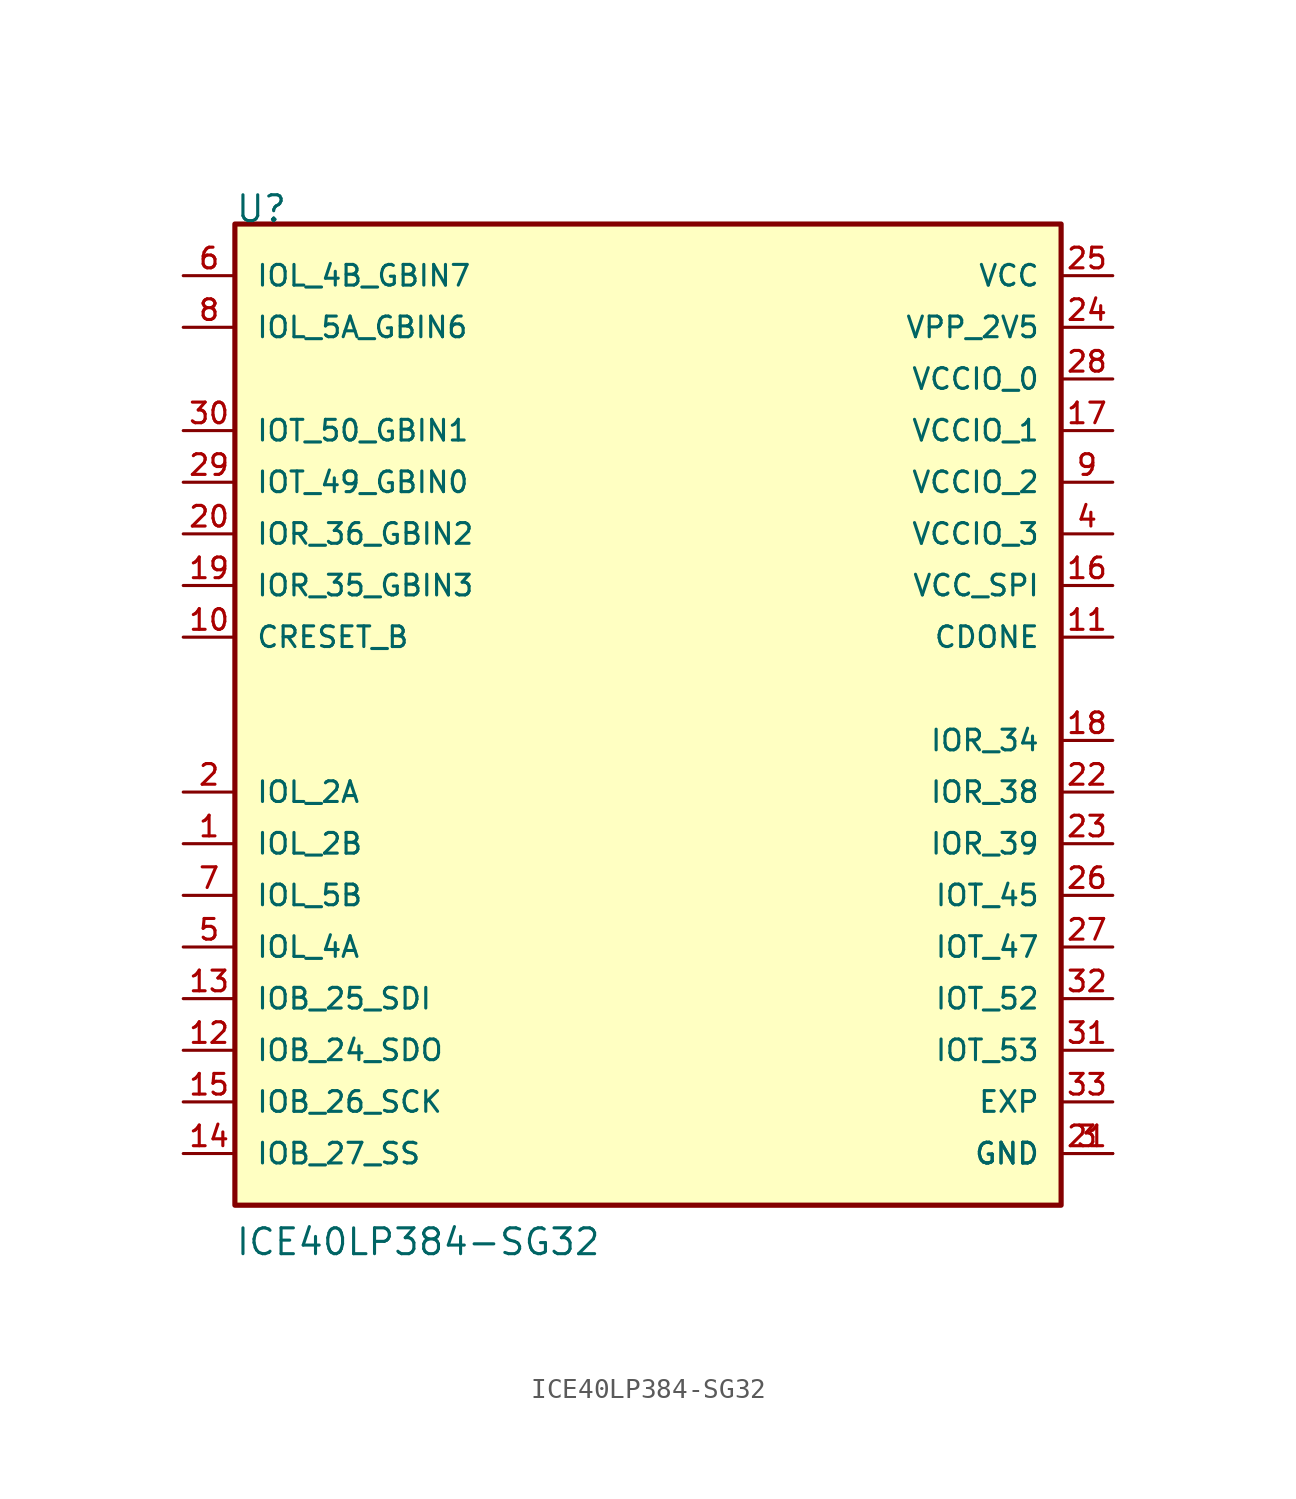
<source format=kicad_sym>
(kicad_symbol_lib
  (version 20211014)
  (generator kicad_symbol_editor)
  (symbol "ICE40LP384-SG32"
    (pin_names
      (offset 1.016))
    (property "Reference" "U"
      (at -20.326 20.326 0)
      (effects (font (size 1.27 1.27)) (justify bottom left)))
    (property "Value" "ICE40LP384-SG32"
      (at -20.325 -30.488 0)
      (effects (font (size 1.27 1.27)) (justify bottom left)))
    (symbol "ICE40LP384-SG32_0_0"
      (rectangle (start -20.32 -27.94) (end 20.32 20.32) (stroke (width 0.254)) (fill (type background)))
      (pin power_in line (at 22.86 -25.4 180.0) (length 2.54) (name "GND" (effects (font (size 1.016 1.016)))) (number "3" (effects (font (size 1.016 1.016)))))
      (pin power_in line (at 22.86 -25.4 180.0) (length 2.54) (name "GND" (effects (font (size 1.016 1.016)))) (number "21" (effects (font (size 1.016 1.016)))))
      (pin power_in line (at 22.86 15.24 180.0) (length 2.54) (name "VPP_2V5" (effects (font (size 1.016 1.016)))) (number "24" (effects (font (size 1.016 1.016)))))
      (pin input line (at -22.86 17.78 0) (length 2.54) (name "IOL_4B_GBIN7" (effects (font (size 1.016 1.016)))) (number "6" (effects (font (size 1.016 1.016)))))
      (pin bidirectional line (at -22.86 -7.62 0) (length 2.54) (name "IOL_2A" (effects (font (size 1.016 1.016)))) (number "2" (effects (font (size 1.016 1.016)))))
      (pin bidirectional line (at -22.86 -10.16 0) (length 2.54) (name "IOL_2B" (effects (font (size 1.016 1.016)))) (number "1" (effects (font (size 1.016 1.016)))))
      (pin bidirectional line (at -22.86 -15.24 0) (length 2.54) (name "IOL_4A" (effects (font (size 1.016 1.016)))) (number "5" (effects (font (size 1.016 1.016)))))
      (pin input line (at -22.86 15.24 0) (length 2.54) (name "IOL_5A_GBIN6" (effects (font (size 1.016 1.016)))) (number "8" (effects (font (size 1.016 1.016)))))
      (pin bidirectional line (at -22.86 -12.7 0) (length 2.54) (name "IOL_5B" (effects (font (size 1.016 1.016)))) (number "7" (effects (font (size 1.016 1.016)))))
      (pin bidirectional line (at 22.86 0.0 180.0) (length 2.54) (name "CDONE" (effects (font (size 1.016 1.016)))) (number "11" (effects (font (size 1.016 1.016)))))
      (pin input line (at -22.86 0.0 0) (length 2.54) (name "CRESET_B" (effects (font (size 1.016 1.016)))) (number "10" (effects (font (size 1.016 1.016)))))
      (pin bidirectional line (at -22.86 -20.32 0) (length 2.54) (name "IOB_24_SDO" (effects (font (size 1.016 1.016)))) (number "12" (effects (font (size 1.016 1.016)))))
      (pin bidirectional line (at -22.86 -17.78 0) (length 2.54) (name "IOB_25_SDI" (effects (font (size 1.016 1.016)))) (number "13" (effects (font (size 1.016 1.016)))))
      (pin bidirectional line (at -22.86 -22.86 0) (length 2.54) (name "IOB_26_SCK" (effects (font (size 1.016 1.016)))) (number "15" (effects (font (size 1.016 1.016)))))
      (pin bidirectional line (at -22.86 -25.4 0) (length 2.54) (name "IOB_27_SS" (effects (font (size 1.016 1.016)))) (number "14" (effects (font (size 1.016 1.016)))))
      (pin power_in line (at 22.86 2.54 180.0) (length 2.54) (name "VCC_SPI" (effects (font (size 1.016 1.016)))) (number "16" (effects (font (size 1.016 1.016)))))
      (pin bidirectional line (at 22.86 -5.08 180.0) (length 2.54) (name "IOR_34" (effects (font (size 1.016 1.016)))) (number "18" (effects (font (size 1.016 1.016)))))
      (pin input line (at -22.86 2.54 0) (length 2.54) (name "IOR_35_GBIN3" (effects (font (size 1.016 1.016)))) (number "19" (effects (font (size 1.016 1.016)))))
      (pin input line (at -22.86 5.08 0) (length 2.54) (name "IOR_36_GBIN2" (effects (font (size 1.016 1.016)))) (number "20" (effects (font (size 1.016 1.016)))))
      (pin bidirectional line (at 22.86 -7.62 180.0) (length 2.54) (name "IOR_38" (effects (font (size 1.016 1.016)))) (number "22" (effects (font (size 1.016 1.016)))))
      (pin bidirectional line (at 22.86 -10.16 180.0) (length 2.54) (name "IOR_39" (effects (font (size 1.016 1.016)))) (number "23" (effects (font (size 1.016 1.016)))))
      (pin bidirectional line (at 22.86 -12.7 180.0) (length 2.54) (name "IOT_45" (effects (font (size 1.016 1.016)))) (number "26" (effects (font (size 1.016 1.016)))))
      (pin bidirectional line (at 22.86 -15.24 180.0) (length 2.54) (name "IOT_47" (effects (font (size 1.016 1.016)))) (number "27" (effects (font (size 1.016 1.016)))))
      (pin input line (at -22.86 7.62 0) (length 2.54) (name "IOT_49_GBIN0" (effects (font (size 1.016 1.016)))) (number "29" (effects (font (size 1.016 1.016)))))
      (pin input line (at -22.86 10.16 0) (length 2.54) (name "IOT_50_GBIN1" (effects (font (size 1.016 1.016)))) (number "30" (effects (font (size 1.016 1.016)))))
      (pin bidirectional line (at 22.86 -17.78 180.0) (length 2.54) (name "IOT_52" (effects (font (size 1.016 1.016)))) (number "32" (effects (font (size 1.016 1.016)))))
      (pin bidirectional line (at 22.86 -20.32 180.0) (length 2.54) (name "IOT_53" (effects (font (size 1.016 1.016)))) (number "31" (effects (font (size 1.016 1.016)))))
      (pin power_in line (at 22.86 17.78 180.0) (length 2.54) (name "VCC" (effects (font (size 1.016 1.016)))) (number "25" (effects (font (size 1.016 1.016)))))
      (pin power_in line (at 22.86 12.7 180.0) (length 2.54) (name "VCCIO_0" (effects (font (size 1.016 1.016)))) (number "28" (effects (font (size 1.016 1.016)))))
      (pin power_in line (at 22.86 10.16 180.0) (length 2.54) (name "VCCIO_1" (effects (font (size 1.016 1.016)))) (number "17" (effects (font (size 1.016 1.016)))))
      (pin power_in line (at 22.86 7.62 180.0) (length 2.54) (name "VCCIO_2" (effects (font (size 1.016 1.016)))) (number "9" (effects (font (size 1.016 1.016)))))
      (pin power_in line (at 22.86 5.08 180.0) (length 2.54) (name "VCCIO_3" (effects (font (size 1.016 1.016)))) (number "4" (effects (font (size 1.016 1.016)))))
      (pin power_in line (at 22.86 -22.86 180.0) (length 2.54) (name "EXP" (effects (font (size 1.016 1.016)))) (number "33" (effects (font (size 1.016 1.016))))))))
</source>
